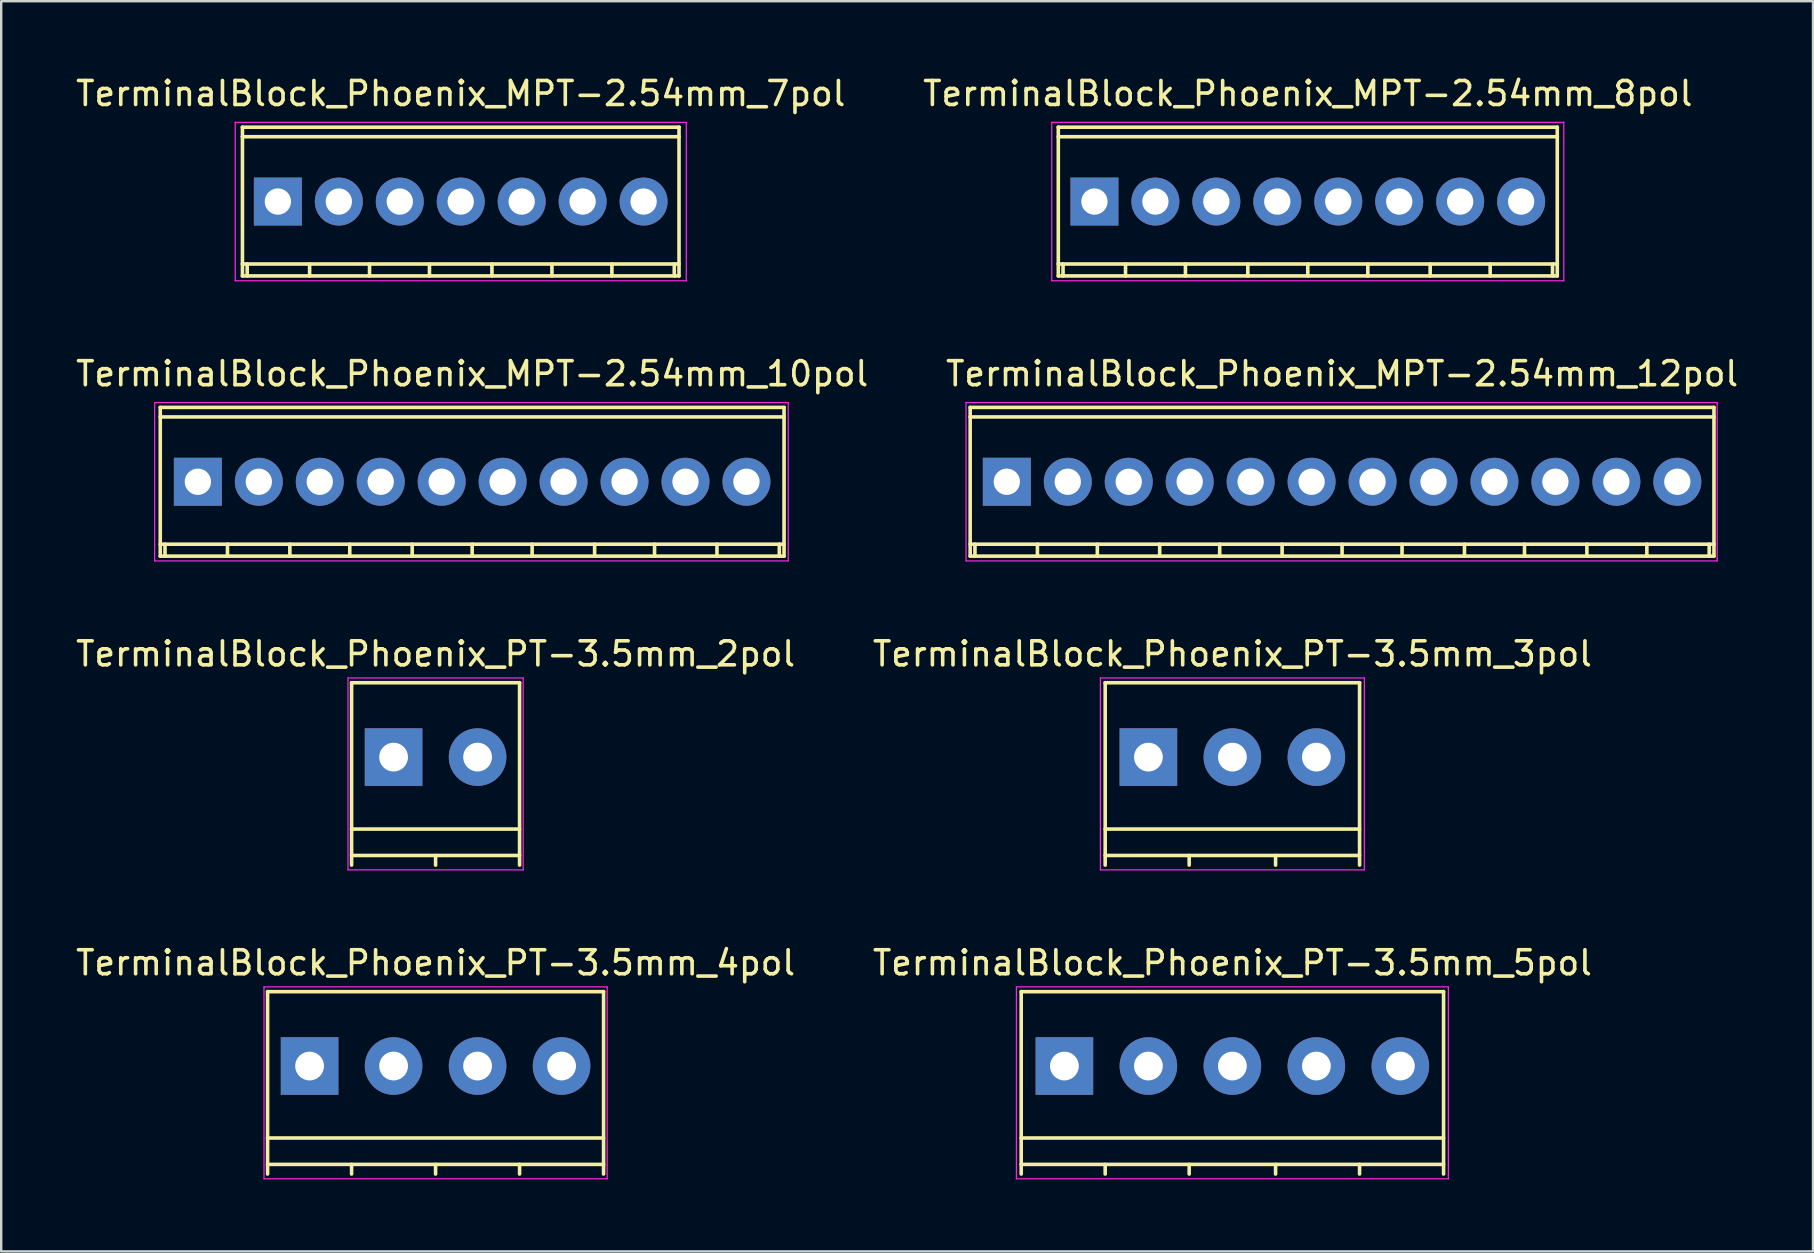
<source format=kicad_pcb>
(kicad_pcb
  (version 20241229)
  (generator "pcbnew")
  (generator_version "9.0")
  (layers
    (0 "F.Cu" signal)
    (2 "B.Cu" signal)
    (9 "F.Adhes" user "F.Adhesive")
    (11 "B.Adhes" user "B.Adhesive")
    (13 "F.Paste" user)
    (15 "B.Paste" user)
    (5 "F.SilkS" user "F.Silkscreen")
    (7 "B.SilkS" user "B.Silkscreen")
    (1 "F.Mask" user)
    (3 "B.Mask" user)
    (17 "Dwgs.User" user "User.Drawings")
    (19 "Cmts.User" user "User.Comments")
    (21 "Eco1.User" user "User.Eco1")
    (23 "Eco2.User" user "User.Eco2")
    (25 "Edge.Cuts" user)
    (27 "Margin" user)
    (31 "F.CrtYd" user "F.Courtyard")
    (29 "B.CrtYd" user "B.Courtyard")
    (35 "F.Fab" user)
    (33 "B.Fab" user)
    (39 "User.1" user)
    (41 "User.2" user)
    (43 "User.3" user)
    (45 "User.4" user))
  (footprint "TerminalBlock_Phoenix_MPT-2.54mm_12pol"
    (layer "F.Cu")
    (at 38.905 17.025)
    (property "Reference" "TerminalBlock_Phoenix_MPT-2.54mm_12pol" (at 13.97 -4.501 0) (layer "F.SilkS") (effects (font (size 1 1) (thickness 0.15))))
    (attr through_hole)
    (fp_line (start -1.529 -3.099) (end 29.469 -3.099) (stroke (width 0.15) (type solid)) (layer "F.SilkS"))
    (fp_line (start -1.529 2.601) (end 29.469 2.601) (stroke (width 0.15) (type solid)) (layer "F.SilkS"))
    (fp_line (start -1.527 -3.099) (end -1.527 3.099) (stroke (width 0.15) (type solid)) (layer "F.SilkS"))
    (fp_line (start -1.328 3.099) (end -1.328 2.601) (stroke (width 0.15) (type solid)) (layer "F.SilkS"))
    (fp_line (start 1.275 3.099) (end 1.275 2.601) (stroke (width 0.15) (type solid)) (layer "F.SilkS"))
    (fp_line (start 3.772 2.601) (end 3.772 3.099) (stroke (width 0.15) (type solid)) (layer "F.SilkS"))
    (fp_line (start 6.37 2.601) (end 6.37 3.099) (stroke (width 0.15) (type solid)) (layer "F.SilkS"))
    (fp_line (start 8.87 2.601) (end 8.87 3.099) (stroke (width 0.15) (type solid)) (layer "F.SilkS"))
    (fp_line (start 11.471 2.601) (end 11.471 3.099) (stroke (width 0.15) (type solid)) (layer "F.SilkS"))
    (fp_line (start 13.97 2.601) (end 13.97 3.099) (stroke (width 0.15) (type solid)) (layer "F.SilkS"))
    (fp_line (start 16.469 2.601) (end 16.469 3.099) (stroke (width 0.15) (type solid)) (layer "F.SilkS"))
    (fp_line (start 19.07 2.601) (end 19.07 3.099) (stroke (width 0.15) (type solid)) (layer "F.SilkS"))
    (fp_line (start 21.572 2.601) (end 21.572 3.099) (stroke (width 0.15) (type solid)) (layer "F.SilkS"))
    (fp_line (start 24.171 2.601) (end 24.171 3.099) (stroke (width 0.15) (type solid)) (layer "F.SilkS"))
    (fp_line (start 26.67 2.601) (end 26.67 3.099) (stroke (width 0.15) (type solid)) (layer "F.SilkS"))
    (fp_line (start 29.268 2.601) (end 29.268 3.099) (stroke (width 0.15) (type solid)) (layer "F.SilkS"))
    (fp_line (start 29.467 3.099) (end 29.467 -3.099) (stroke (width 0.15) (type solid)) (layer "F.SilkS"))
    (fp_line (start 29.469 -2.7) (end -1.529 -2.7) (stroke (width 0.15) (type solid)) (layer "F.SilkS"))
    (fp_line (start 29.469 3.099) (end -1.529 3.099) (stroke (width 0.15) (type solid)) (layer "F.SilkS"))
    (fp_line (start -1.7 -3.3) (end 29.6 -3.3) (stroke (width 0.05) (type solid)) (layer "F.CrtYd"))
    (fp_line (start -1.7 3.3) (end -1.7 -3.3) (stroke (width 0.05) (type solid)) (layer "F.CrtYd"))
    (fp_line (start 29.6 -3.3) (end 29.6 3.2) (stroke (width 0.05) (type solid)) (layer "F.CrtYd"))
    (fp_line (start 29.6 3.2) (end 29.6 3.3) (stroke (width 0.05) (type solid)) (layer "F.CrtYd"))
    (fp_line (start 29.6 3.3) (end -1.7 3.3) (stroke (width 0.05) (type solid)) (layer "F.CrtYd"))
    (pad "1" thru_hole rect (at 0 0 180) (size 1.999 1.999) (drill 1.097) (layers "*.Cu" "*.Mask"))
    (pad "2" thru_hole oval (at 2.54 0 180) (size 1.999 1.999) (drill 1.097) (layers "*.Cu" "*.Mask"))
    (pad "3" thru_hole oval (at 5.08 0 180) (size 1.999 1.999) (drill 1.097) (layers "*.Cu" "*.Mask"))
    (pad "4" thru_hole oval (at 7.62 0 180) (size 1.999 1.999) (drill 1.097) (layers "*.Cu" "*.Mask"))
    (pad "5" thru_hole oval (at 10.16 0 180) (size 1.999 1.999) (drill 1.097) (layers "*.Cu" "*.Mask"))
    (pad "6" thru_hole oval (at 12.7 0 180) (size 1.999 1.999) (drill 1.097) (layers "*.Cu" "*.Mask"))
    (pad "7" thru_hole oval (at 15.24 0 180) (size 1.999 1.999) (drill 1.097) (layers "*.Cu" "*.Mask"))
    (pad "8" thru_hole oval (at 17.78 0 180) (size 1.999 1.999) (drill 1.097) (layers "*.Cu" "*.Mask"))
    (pad "9" thru_hole oval (at 20.32 0 180) (size 1.999 1.999) (drill 1.097) (layers "*.Cu" "*.Mask"))
    (pad "10" thru_hole oval (at 22.86 0 180) (size 1.999 1.999) (drill 1.097) (layers "*.Cu" "*.Mask"))
    (pad "11" thru_hole oval (at 25.4 0 180) (size 1.999 1.999) (drill 1.097) (layers "*.Cu" "*.Mask"))
    (pad "12" thru_hole oval (at 27.94 0 180) (size 1.999 1.999) (drill 1.097) (layers "*.Cu" "*.Mask")))
  (footprint "TerminalBlock_Phoenix_MPT-2.54mm_8pol"
    (layer "F.Cu")
    (at 42.556 5.349)
    (property "Reference" "TerminalBlock_Phoenix_MPT-2.54mm_8pol" (at 8.89 -4.501 0) (layer "F.SilkS") (effects (font (size 1 1) (thickness 0.15))))
    (attr through_hole)
    (fp_line (start -1.509 -2.7) (end 19.289 -2.7) (stroke (width 0.15) (type solid)) (layer "F.SilkS"))
    (fp_line (start -1.509 2.601) (end 19.289 2.601) (stroke (width 0.15) (type solid)) (layer "F.SilkS"))
    (fp_line (start -1.506 -3.099) (end -1.506 3.099) (stroke (width 0.15) (type solid)) (layer "F.SilkS"))
    (fp_line (start -1.308 3.099) (end -1.308 2.601) (stroke (width 0.15) (type solid)) (layer "F.SilkS"))
    (fp_line (start 1.295 3.099) (end 1.295 2.601) (stroke (width 0.15) (type solid)) (layer "F.SilkS"))
    (fp_line (start 3.792 2.601) (end 3.792 3.099) (stroke (width 0.15) (type solid)) (layer "F.SilkS"))
    (fp_line (start 6.391 2.601) (end 6.391 3.099) (stroke (width 0.15) (type solid)) (layer "F.SilkS"))
    (fp_line (start 8.89 2.601) (end 8.89 3.099) (stroke (width 0.15) (type solid)) (layer "F.SilkS"))
    (fp_line (start 11.392 2.601) (end 11.392 3.099) (stroke (width 0.15) (type solid)) (layer "F.SilkS"))
    (fp_line (start 13.99 2.601) (end 13.99 3.099) (stroke (width 0.15) (type solid)) (layer "F.SilkS"))
    (fp_line (start 16.49 2.601) (end 16.49 3.099) (stroke (width 0.15) (type solid)) (layer "F.SilkS"))
    (fp_line (start 19.088 2.601) (end 19.088 3.099) (stroke (width 0.15) (type solid)) (layer "F.SilkS"))
    (fp_line (start 19.286 3.099) (end 19.286 -3.099) (stroke (width 0.15) (type solid)) (layer "F.SilkS"))
    (fp_line (start 19.289 -3.099) (end -1.509 -3.099) (stroke (width 0.15) (type solid)) (layer "F.SilkS"))
    (fp_line (start 19.289 3.099) (end -1.509 3.099) (stroke (width 0.15) (type solid)) (layer "F.SilkS"))
    (fp_line (start -1.778 -3.302) (end 19.558 -3.302) (stroke (width 0.05) (type solid)) (layer "F.CrtYd"))
    (fp_line (start -1.778 3.302) (end -1.778 -3.302) (stroke (width 0.05) (type solid)) (layer "F.CrtYd"))
    (fp_line (start 19.558 -3.302) (end 19.558 3.302) (stroke (width 0.05) (type solid)) (layer "F.CrtYd"))
    (fp_line (start 19.558 3.302) (end -1.778 3.302) (stroke (width 0.05) (type solid)) (layer "F.CrtYd"))
    (pad "1" thru_hole rect (at 0 0 180) (size 1.999 1.999) (drill 1.097) (layers "*.Cu" "*.Mask"))
    (pad "2" thru_hole oval (at 2.54 0 180) (size 1.999 1.999) (drill 1.097) (layers "*.Cu" "*.Mask"))
    (pad "3" thru_hole oval (at 5.08 0 180) (size 1.999 1.999) (drill 1.097) (layers "*.Cu" "*.Mask"))
    (pad "4" thru_hole oval (at 7.62 0 180) (size 1.999 1.999) (drill 1.097) (layers "*.Cu" "*.Mask"))
    (pad "5" thru_hole oval (at 10.16 0 180) (size 1.999 1.999) (drill 1.097) (layers "*.Cu" "*.Mask"))
    (pad "6" thru_hole oval (at 12.7 0 180) (size 1.999 1.999) (drill 1.097) (layers "*.Cu" "*.Mask"))
    (pad "7" thru_hole oval (at 15.24 0 180) (size 1.999 1.999) (drill 1.097) (layers "*.Cu" "*.Mask"))
    (pad "8" thru_hole oval (at 17.78 0 180) (size 1.999 1.999) (drill 1.097) (layers "*.Cu" "*.Mask")))
  (footprint "TerminalBlock_Phoenix_PT-3.5mm_3pol"
    (layer "F.Cu")
    (at 44.804 28.499)
    (property "Reference" "TerminalBlock_Phoenix_PT-3.5mm_3pol" (at 3.5 -4.3 0) (layer "F.SilkS") (effects (font (size 1 1) (thickness 0.15))))
    (attr through_hole)
    (fp_line (start -1.8 -3.1) (end -1.8 4.5) (stroke (width 0.15) (type solid)) (layer "F.SilkS"))
    (fp_line (start -1.8 3) (end 8.8 3) (stroke (width 0.15) (type solid)) (layer "F.SilkS"))
    (fp_line (start -1.8 4.1) (end 8.8 4.1) (stroke (width 0.15) (type solid)) (layer "F.SilkS"))
    (fp_line (start 1.7 4.1) (end 1.7 4.5) (stroke (width 0.15) (type solid)) (layer "F.SilkS"))
    (fp_line (start 5.3 4.1) (end 5.3 4.5) (stroke (width 0.15) (type solid)) (layer "F.SilkS"))
    (fp_line (start 8.8 -3.1) (end -1.8 -3.1) (stroke (width 0.15) (type solid)) (layer "F.SilkS"))
    (fp_line (start 8.8 4.5) (end 8.8 -3.1) (stroke (width 0.15) (type solid)) (layer "F.SilkS"))
    (fp_line (start -2 -3.3) (end 9 -3.3) (stroke (width 0.05) (type solid)) (layer "F.CrtYd"))
    (fp_line (start -2 4.7) (end -2 -3.3) (stroke (width 0.05) (type solid)) (layer "F.CrtYd"))
    (fp_line (start 9 -3.3) (end 9 4.7) (stroke (width 0.05) (type solid)) (layer "F.CrtYd"))
    (fp_line (start 9 4.7) (end -2 4.7) (stroke (width 0.05) (type solid)) (layer "F.CrtYd"))
    (pad "1" thru_hole rect (at 0 0) (size 2.4 2.4) (drill 1.2) (layers "*.Cu" "*.Mask"))
    (pad "2" thru_hole circle (at 3.5 0) (size 2.4 2.4) (drill 1.2) (layers "*.Cu" "*.Mask"))
    (pad "3" thru_hole circle (at 7 0) (size 2.4 2.4) (drill 1.2) (layers "*.Cu" "*.Mask")))
  (footprint "TerminalBlock_Phoenix_PT-3.5mm_2pol"
    (layer "F.Cu")
    (at 13.351 28.499)
    (property "Reference" "TerminalBlock_Phoenix_PT-3.5mm_2pol" (at 1.75 -4.3 0) (layer "F.SilkS") (effects (font (size 1 1) (thickness 0.15))))
    (attr through_hole)
    (fp_line (start -1.75 -3.1) (end -1.75 4.5) (stroke (width 0.15) (type solid)) (layer "F.SilkS"))
    (fp_line (start -1.75 3) (end 5.25 3) (stroke (width 0.15) (type solid)) (layer "F.SilkS"))
    (fp_line (start -1.75 4.1) (end 5.25 4.1) (stroke (width 0.15) (type solid)) (layer "F.SilkS"))
    (fp_line (start 1.75 4.1) (end 1.75 4.5) (stroke (width 0.15) (type solid)) (layer "F.SilkS"))
    (fp_line (start 5.25 -3.1) (end -1.75 -3.1) (stroke (width 0.15) (type solid)) (layer "F.SilkS"))
    (fp_line (start 5.25 4.5) (end 5.25 -3.1) (stroke (width 0.15) (type solid)) (layer "F.SilkS"))
    (fp_line (start -1.9 -3.3) (end 5.4 -3.3) (stroke (width 0.05) (type solid)) (layer "F.CrtYd"))
    (fp_line (start -1.9 4.7) (end -1.9 -3.3) (stroke (width 0.05) (type solid)) (layer "F.CrtYd"))
    (fp_line (start 5.4 -3.3) (end 5.4 4.7) (stroke (width 0.05) (type solid)) (layer "F.CrtYd"))
    (fp_line (start 5.4 4.7) (end -1.9 4.7) (stroke (width 0.05) (type solid)) (layer "F.CrtYd"))
    (pad "1" thru_hole rect (at 0 0) (size 2.4 2.4) (drill 1.2) (layers "*.Cu" "*.Mask"))
    (pad "2" thru_hole circle (at 3.5 0) (size 2.4 2.4) (drill 1.2) (layers "*.Cu" "*.Mask")))
  (footprint "TerminalBlock_Phoenix_MPT-2.54mm_7pol"
    (layer "F.Cu")
    (at 8.529 5.349)
    (property "Reference" "TerminalBlock_Phoenix_MPT-2.54mm_7pol" (at 7.62 -4.501 0) (layer "F.SilkS") (effects (font (size 1 1) (thickness 0.15))))
    (attr through_hole)
    (fp_line (start -1.481 3.099) (end 16.721 3.099) (stroke (width 0.15) (type solid)) (layer "F.SilkS"))
    (fp_line (start -1.476 -3.099) (end -1.476 3.099) (stroke (width 0.15) (type solid)) (layer "F.SilkS"))
    (fp_line (start -1.278 3.099) (end -1.278 2.601) (stroke (width 0.15) (type solid)) (layer "F.SilkS"))
    (fp_line (start 1.323 3.099) (end 1.323 2.601) (stroke (width 0.15) (type solid)) (layer "F.SilkS"))
    (fp_line (start 3.82 2.601) (end 3.82 3.099) (stroke (width 0.15) (type solid)) (layer "F.SilkS"))
    (fp_line (start 6.317 2.601) (end 6.317 3.099) (stroke (width 0.15) (type solid)) (layer "F.SilkS"))
    (fp_line (start 8.92 2.601) (end 8.92 3.099) (stroke (width 0.15) (type solid)) (layer "F.SilkS"))
    (fp_line (start 11.42 2.601) (end 11.42 3.099) (stroke (width 0.15) (type solid)) (layer "F.SilkS"))
    (fp_line (start 13.919 2.601) (end 13.919 3.099) (stroke (width 0.15) (type solid)) (layer "F.SilkS"))
    (fp_line (start 16.518 2.601) (end 16.518 3.099) (stroke (width 0.15) (type solid)) (layer "F.SilkS"))
    (fp_line (start 16.716 3.099) (end 16.716 -3.099) (stroke (width 0.15) (type solid)) (layer "F.SilkS"))
    (fp_line (start 16.721 -3.099) (end -1.481 -3.099) (stroke (width 0.15) (type solid)) (layer "F.SilkS"))
    (fp_line (start 16.721 -2.7) (end -1.481 -2.7) (stroke (width 0.15) (type solid)) (layer "F.SilkS"))
    (fp_line (start 16.721 2.601) (end -1.481 2.601) (stroke (width 0.15) (type solid)) (layer "F.SilkS"))
    (fp_line (start -1.778 -3.302) (end 17.018 -3.302) (stroke (width 0.05) (type solid)) (layer "F.CrtYd"))
    (fp_line (start -1.778 3.302) (end -1.778 -3.302) (stroke (width 0.05) (type solid)) (layer "F.CrtYd"))
    (fp_line (start 17.018 -3.302) (end 17.018 3.302) (stroke (width 0.05) (type solid)) (layer "F.CrtYd"))
    (fp_line (start 17.018 3.302) (end -1.778 3.302) (stroke (width 0.05) (type solid)) (layer "F.CrtYd"))
    (pad "1" thru_hole rect (at 0 0 180) (size 1.999 1.999) (drill 1.097) (layers "*.Cu" "*.Mask"))
    (pad "2" thru_hole oval (at 2.54 0 180) (size 1.999 1.999) (drill 1.097) (layers "*.Cu" "*.Mask"))
    (pad "3" thru_hole oval (at 5.08 0 180) (size 1.999 1.999) (drill 1.097) (layers "*.Cu" "*.Mask"))
    (pad "4" thru_hole oval (at 7.62 0 180) (size 1.999 1.999) (drill 1.097) (layers "*.Cu" "*.Mask"))
    (pad "5" thru_hole oval (at 10.16 0 180) (size 1.999 1.999) (drill 1.097) (layers "*.Cu" "*.Mask"))
    (pad "6" thru_hole oval (at 12.7 0 180) (size 1.999 1.999) (drill 1.097) (layers "*.Cu" "*.Mask"))
    (pad "7" thru_hole oval (at 15.24 0 180) (size 1.999 1.999) (drill 1.097) (layers "*.Cu" "*.Mask")))
  (footprint "TerminalBlock_Phoenix_MPT-2.54mm_10pol"
    (layer "F.Cu")
    (at 5.195 17.025)
    (property "Reference" "TerminalBlock_Phoenix_MPT-2.54mm_10pol" (at 11.43 -4.501 0) (layer "F.SilkS") (effects (font (size 1 1) (thickness 0.15))))
    (attr through_hole)
    (fp_line (start -1.57 -3.099) (end 24.43 -3.099) (stroke (width 0.15) (type solid)) (layer "F.SilkS"))
    (fp_line (start -1.57 3.099) (end 24.43 3.099) (stroke (width 0.15) (type solid)) (layer "F.SilkS"))
    (fp_line (start -1.567 -3.099) (end -1.567 3.099) (stroke (width 0.15) (type solid)) (layer "F.SilkS"))
    (fp_line (start -1.369 3.099) (end -1.369 2.601) (stroke (width 0.15) (type solid)) (layer "F.SilkS"))
    (fp_line (start 1.234 3.099) (end 1.234 2.601) (stroke (width 0.15) (type solid)) (layer "F.SilkS"))
    (fp_line (start 3.833 2.601) (end 3.833 3.099) (stroke (width 0.15) (type solid)) (layer "F.SilkS"))
    (fp_line (start 6.33 2.601) (end 6.33 3.099) (stroke (width 0.15) (type solid)) (layer "F.SilkS"))
    (fp_line (start 8.931 2.601) (end 8.931 3.099) (stroke (width 0.15) (type solid)) (layer "F.SilkS"))
    (fp_line (start 11.43 2.601) (end 11.43 3.099) (stroke (width 0.15) (type solid)) (layer "F.SilkS"))
    (fp_line (start 13.929 2.601) (end 13.929 3.099) (stroke (width 0.15) (type solid)) (layer "F.SilkS"))
    (fp_line (start 16.533 2.601) (end 16.533 3.099) (stroke (width 0.15) (type solid)) (layer "F.SilkS"))
    (fp_line (start 19.03 2.601) (end 19.03 3.099) (stroke (width 0.15) (type solid)) (layer "F.SilkS"))
    (fp_line (start 21.631 2.601) (end 21.631 3.099) (stroke (width 0.15) (type solid)) (layer "F.SilkS"))
    (fp_line (start 24.229 2.601) (end 24.229 3.099) (stroke (width 0.15) (type solid)) (layer "F.SilkS"))
    (fp_line (start 24.427 3.099) (end 24.427 -3.099) (stroke (width 0.15) (type solid)) (layer "F.SilkS"))
    (fp_line (start 24.43 -2.7) (end -1.57 -2.7) (stroke (width 0.15) (type solid)) (layer "F.SilkS"))
    (fp_line (start 24.43 2.601) (end -1.57 2.601) (stroke (width 0.15) (type solid)) (layer "F.SilkS"))
    (fp_line (start -1.8 -3.3) (end 24.6 -3.3) (stroke (width 0.05) (type solid)) (layer "F.CrtYd"))
    (fp_line (start -1.8 3.3) (end -1.8 -3.3) (stroke (width 0.05) (type solid)) (layer "F.CrtYd"))
    (fp_line (start 24.6 -3.3) (end 24.6 3.3) (stroke (width 0.05) (type solid)) (layer "F.CrtYd"))
    (fp_line (start 24.6 3.3) (end -1.8 3.3) (stroke (width 0.05) (type solid)) (layer "F.CrtYd"))
    (pad "1" thru_hole rect (at 0 0 180) (size 1.999 1.999) (drill 1.097) (layers "*.Cu" "*.Mask"))
    (pad "2" thru_hole oval (at 2.54 0 180) (size 1.999 1.999) (drill 1.097) (layers "*.Cu" "*.Mask"))
    (pad "3" thru_hole oval (at 5.08 0 180) (size 1.999 1.999) (drill 1.097) (layers "*.Cu" "*.Mask"))
    (pad "4" thru_hole oval (at 7.62 0 180) (size 1.999 1.999) (drill 1.097) (layers "*.Cu" "*.Mask"))
    (pad "5" thru_hole oval (at 10.16 0 180) (size 1.999 1.999) (drill 1.097) (layers "*.Cu" "*.Mask"))
    (pad "6" thru_hole oval (at 12.7 0 180) (size 1.999 1.999) (drill 1.097) (layers "*.Cu" "*.Mask"))
    (pad "7" thru_hole oval (at 15.24 0 180) (size 1.999 1.999) (drill 1.097) (layers "*.Cu" "*.Mask"))
    (pad "8" thru_hole oval (at 17.78 0 180) (size 1.999 1.999) (drill 1.097) (layers "*.Cu" "*.Mask"))
    (pad "9" thru_hole oval (at 20.32 0 180) (size 1.999 1.999) (drill 1.097) (layers "*.Cu" "*.Mask"))
    (pad "10" thru_hole oval (at 22.86 0 180) (size 1.999 1.999) (drill 1.097) (layers "*.Cu" "*.Mask")))
  (footprint "TerminalBlock_Phoenix_PT-3.5mm_5pol"
    (layer "F.Cu")
    (at 41.304 41.372)
    (property "Reference" "TerminalBlock_Phoenix_PT-3.5mm_5pol" (at 7 -4.3 0) (layer "F.SilkS") (effects (font (size 1 1) (thickness 0.15))))
    (attr through_hole)
    (fp_line (start -1.8 -3.1) (end -1.8 4.5) (stroke (width 0.15) (type solid)) (layer "F.SilkS"))
    (fp_line (start -1.8 3) (end 15.8 3) (stroke (width 0.15) (type solid)) (layer "F.SilkS"))
    (fp_line (start -1.8 4.1) (end 15.8 4.1) (stroke (width 0.15) (type solid)) (layer "F.SilkS"))
    (fp_line (start 1.7 4.1) (end 1.7 4.5) (stroke (width 0.15) (type solid)) (layer "F.SilkS"))
    (fp_line (start 5.2 4.1) (end 5.2 4.5) (stroke (width 0.15) (type solid)) (layer "F.SilkS"))
    (fp_line (start 8.8 4.1) (end 8.8 4.5) (stroke (width 0.15) (type solid)) (layer "F.SilkS"))
    (fp_line (start 12.3 4.1) (end 12.3 4.5) (stroke (width 0.15) (type solid)) (layer "F.SilkS"))
    (fp_line (start 15.8 -3.1) (end -1.8 -3.1) (stroke (width 0.15) (type solid)) (layer "F.SilkS"))
    (fp_line (start 15.8 4.5) (end 15.8 -3.1) (stroke (width 0.15) (type solid)) (layer "F.SilkS"))
    (fp_line (start -2 -3.3) (end 16 -3.3) (stroke (width 0.05) (type solid)) (layer "F.CrtYd"))
    (fp_line (start -2 4.7) (end -2 -3.3) (stroke (width 0.05) (type solid)) (layer "F.CrtYd"))
    (fp_line (start 16 -3.3) (end 16 4.7) (stroke (width 0.05) (type solid)) (layer "F.CrtYd"))
    (fp_line (start 16 4.7) (end -2 4.7) (stroke (width 0.05) (type solid)) (layer "F.CrtYd"))
    (pad "1" thru_hole rect (at 0 0) (size 2.4 2.4) (drill 1.2) (layers "*.Cu" "*.Mask"))
    (pad "2" thru_hole circle (at 3.5 0) (size 2.4 2.4) (drill 1.2) (layers "*.Cu" "*.Mask"))
    (pad "3" thru_hole circle (at 7 0) (size 2.4 2.4) (drill 1.2) (layers "*.Cu" "*.Mask"))
    (pad "4" thru_hole circle (at 10.5 0) (size 2.4 2.4) (drill 1.2) (layers "*.Cu" "*.Mask"))
    (pad "5" thru_hole circle (at 14 0) (size 2.4 2.4) (drill 1.2) (layers "*.Cu" "*.Mask")))
  (footprint "TerminalBlock_Phoenix_PT-3.5mm_4pol"
    (layer "F.Cu")
    (at 9.851 41.372)
    (property "Reference" "TerminalBlock_Phoenix_PT-3.5mm_4pol" (at 5.25 -4.3 0) (layer "F.SilkS") (effects (font (size 1 1) (thickness 0.15))))
    (attr through_hole)
    (fp_line (start -1.75 -3.1) (end -1.75 4.5) (stroke (width 0.15) (type solid)) (layer "F.SilkS"))
    (fp_line (start -1.75 3) (end 12.25 3) (stroke (width 0.15) (type solid)) (layer "F.SilkS"))
    (fp_line (start -1.75 4.1) (end 12.25 4.1) (stroke (width 0.15) (type solid)) (layer "F.SilkS"))
    (fp_line (start 1.75 4.1) (end 1.75 4.5) (stroke (width 0.15) (type solid)) (layer "F.SilkS"))
    (fp_line (start 5.25 4.1) (end 5.25 4.5) (stroke (width 0.15) (type solid)) (layer "F.SilkS"))
    (fp_line (start 8.75 4.1) (end 8.75 4.5) (stroke (width 0.15) (type solid)) (layer "F.SilkS"))
    (fp_line (start 12.25 -3.1) (end -1.75 -3.1) (stroke (width 0.15) (type solid)) (layer "F.SilkS"))
    (fp_line (start 12.25 4.5) (end 12.25 -3.1) (stroke (width 0.15) (type solid)) (layer "F.SilkS"))
    (fp_line (start -1.9 -3.3) (end 12.4 -3.3) (stroke (width 0.05) (type solid)) (layer "F.CrtYd"))
    (fp_line (start -1.9 4.7) (end -1.9 -3.3) (stroke (width 0.05) (type solid)) (layer "F.CrtYd"))
    (fp_line (start 12.4 -3.3) (end 12.4 4.7) (stroke (width 0.05) (type solid)) (layer "F.CrtYd"))
    (fp_line (start 12.4 4.7) (end -1.9 4.7) (stroke (width 0.05) (type solid)) (layer "F.CrtYd"))
    (pad "1" thru_hole rect (at 0 0) (size 2.4 2.4) (drill 1.2) (layers "*.Cu" "*.Mask"))
    (pad "2" thru_hole circle (at 3.5 0) (size 2.4 2.4) (drill 1.2) (layers "*.Cu" "*.Mask"))
    (pad "3" thru_hole circle (at 7 0) (size 2.4 2.4) (drill 1.2) (layers "*.Cu" "*.Mask"))
    (pad "4" thru_hole circle (at 10.5 0) (size 2.4 2.4) (drill 1.2) (layers "*.Cu" "*.Mask")))
  (gr_rect
    (start -3 -3)
    (end 72.5 49.097)
    (stroke (width 0.1) (type default))
    (fill no)
    (layer "Edge.Cuts")))
</source>
